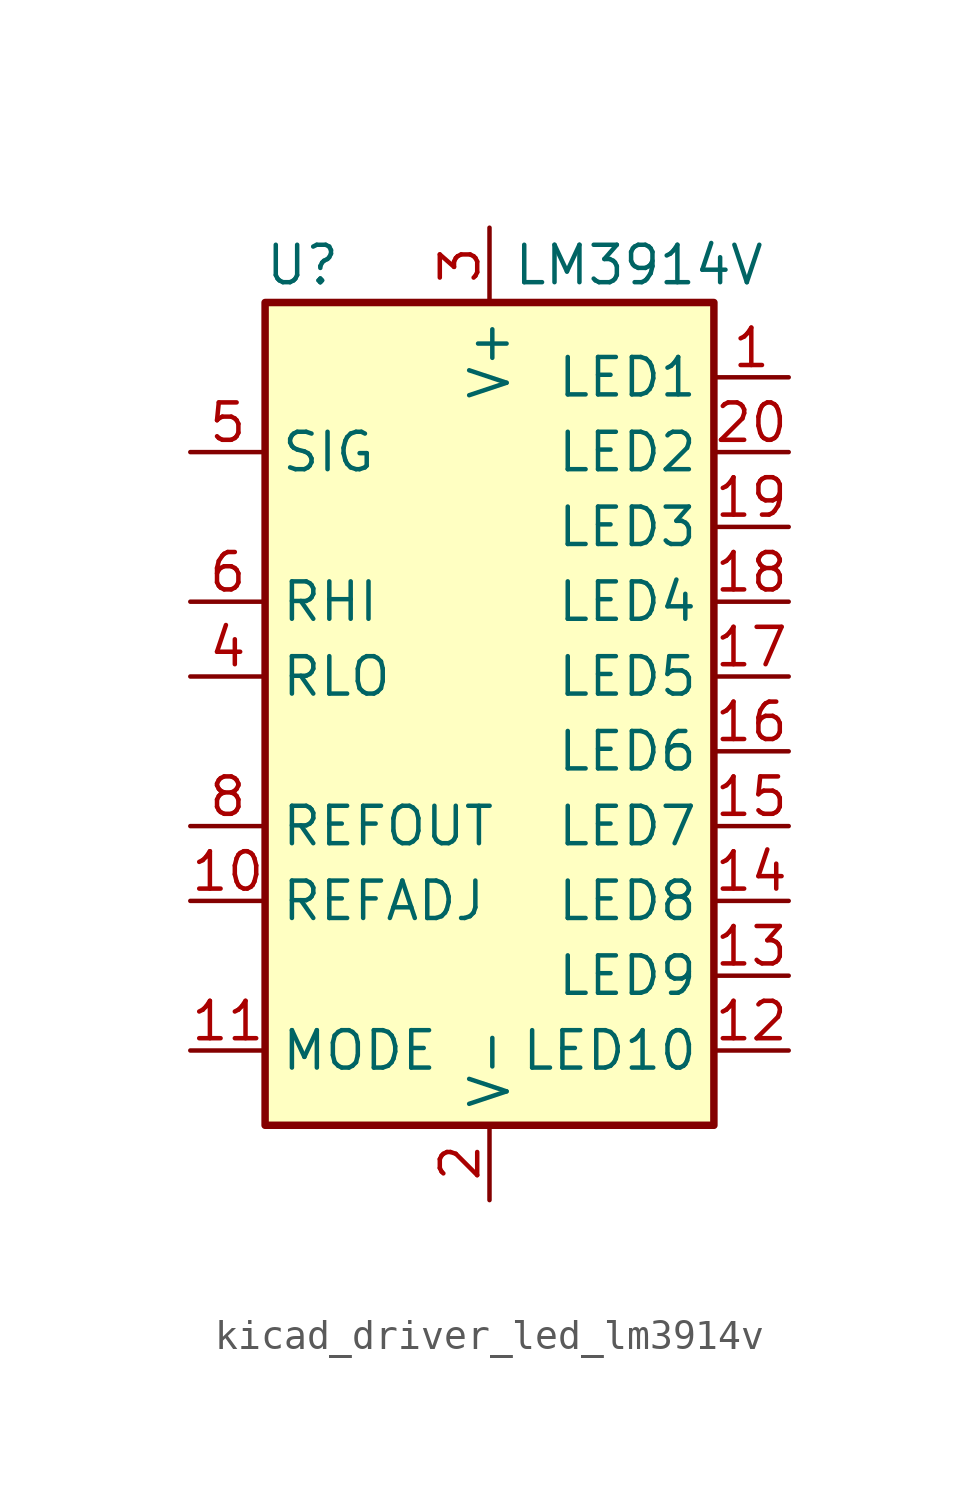
<source format=kicad_sym>
(kicad_symbol_lib
  (version 20220914)
  (generator kicad_symbol_editor)
  (symbol "kicad_driver_led_lm3914v"
    (property "Reference" "U"
      (at -6.35 13.97 0)
      (effects (font (size 1.27 1.27))))
    (property "Value" "LM3914V"
      (at 5.08 13.97 0)
      (effects (font (size 1.27 1.27))))
    (symbol "kicad_driver_led_lm3914v_0_1"
      (rectangle (start -7.62 12.7) (end 7.62 -15.24) (stroke (width 0.254) (type default)) (fill (type background))))
    (symbol "kicad_driver_led_lm3914v_1_1"
      (pin open_collector line (at 10.16 10.16 180) (length 2.54) (name "LED1" (effects (font (size 1.27 1.27)))) (number "1" (effects (font (size 1.27 1.27)))))
      (pin input line (at -10.16 -7.62 0) (length 2.54) (name "REFADJ" (effects (font (size 1.27 1.27)))) (number "10" (effects (font (size 1.27 1.27)))))
      (pin input line (at -10.16 -12.7 0) (length 2.54) (name "MODE" (effects (font (size 1.27 1.27)))) (number "11" (effects (font (size 1.27 1.27)))))
      (pin open_collector line (at 10.16 -12.7 180) (length 2.54) (name "LED10" (effects (font (size 1.27 1.27)))) (number "12" (effects (font (size 1.27 1.27)))))
      (pin open_collector line (at 10.16 -10.16 180) (length 2.54) (name "LED9" (effects (font (size 1.27 1.27)))) (number "13" (effects (font (size 1.27 1.27)))))
      (pin open_collector line (at 10.16 -7.62 180) (length 2.54) (name "LED8" (effects (font (size 1.27 1.27)))) (number "14" (effects (font (size 1.27 1.27)))))
      (pin open_collector line (at 10.16 -5.08 180) (length 2.54) (name "LED7" (effects (font (size 1.27 1.27)))) (number "15" (effects (font (size 1.27 1.27)))))
      (pin open_collector line (at 10.16 -2.54 180) (length 2.54) (name "LED6" (effects (font (size 1.27 1.27)))) (number "16" (effects (font (size 1.27 1.27)))))
      (pin open_collector line (at 10.16 0 180) (length 2.54) (name "LED5" (effects (font (size 1.27 1.27)))) (number "17" (effects (font (size 1.27 1.27)))))
      (pin open_collector line (at 10.16 2.54 180) (length 2.54) (name "LED4" (effects (font (size 1.27 1.27)))) (number "18" (effects (font (size 1.27 1.27)))))
      (pin open_collector line (at 10.16 5.08 180) (length 2.54) (name "LED3" (effects (font (size 1.27 1.27)))) (number "19" (effects (font (size 1.27 1.27)))))
      (pin power_in line (at 0 -17.78 90) (length 2.54) (name "V-" (effects (font (size 1.27 1.27)))) (number "2" (effects (font (size 1.27 1.27)))))
      (pin open_collector line (at 10.16 7.62 180) (length 2.54) (name "LED2" (effects (font (size 1.27 1.27)))) (number "20" (effects (font (size 1.27 1.27)))))
      (pin power_in line (at 0 15.24 270) (length 2.54) (name "V+" (effects (font (size 1.27 1.27)))) (number "3" (effects (font (size 1.27 1.27)))))
      (pin input line (at -10.16 0 0) (length 2.54) (name "RLO" (effects (font (size 1.27 1.27)))) (number "4" (effects (font (size 1.27 1.27)))))
      (pin input line (at -10.16 7.62 0) (length 2.54) (name "SIG" (effects (font (size 1.27 1.27)))) (number "5" (effects (font (size 1.27 1.27)))))
      (pin input line (at -10.16 2.54 0) (length 2.54) (name "RHI" (effects (font (size 1.27 1.27)))) (number "6" (effects (font (size 1.27 1.27)))))
      (pin no_connect line (at -7.62 5.08 0) (length 2.54) hide (name "NC" (effects (font (size 1.27 1.27)))) (number "7" (effects (font (size 1.27 1.27)))))
      (pin output line (at -10.16 -5.08 0) (length 2.54) (name "REFOUT" (effects (font (size 1.27 1.27)))) (number "8" (effects (font (size 1.27 1.27)))))
      (pin no_connect line (at -7.62 -2.54 0) (length 2.54) hide (name "NC" (effects (font (size 1.27 1.27)))) (number "9" (effects (font (size 1.27 1.27))))))))
</source>
